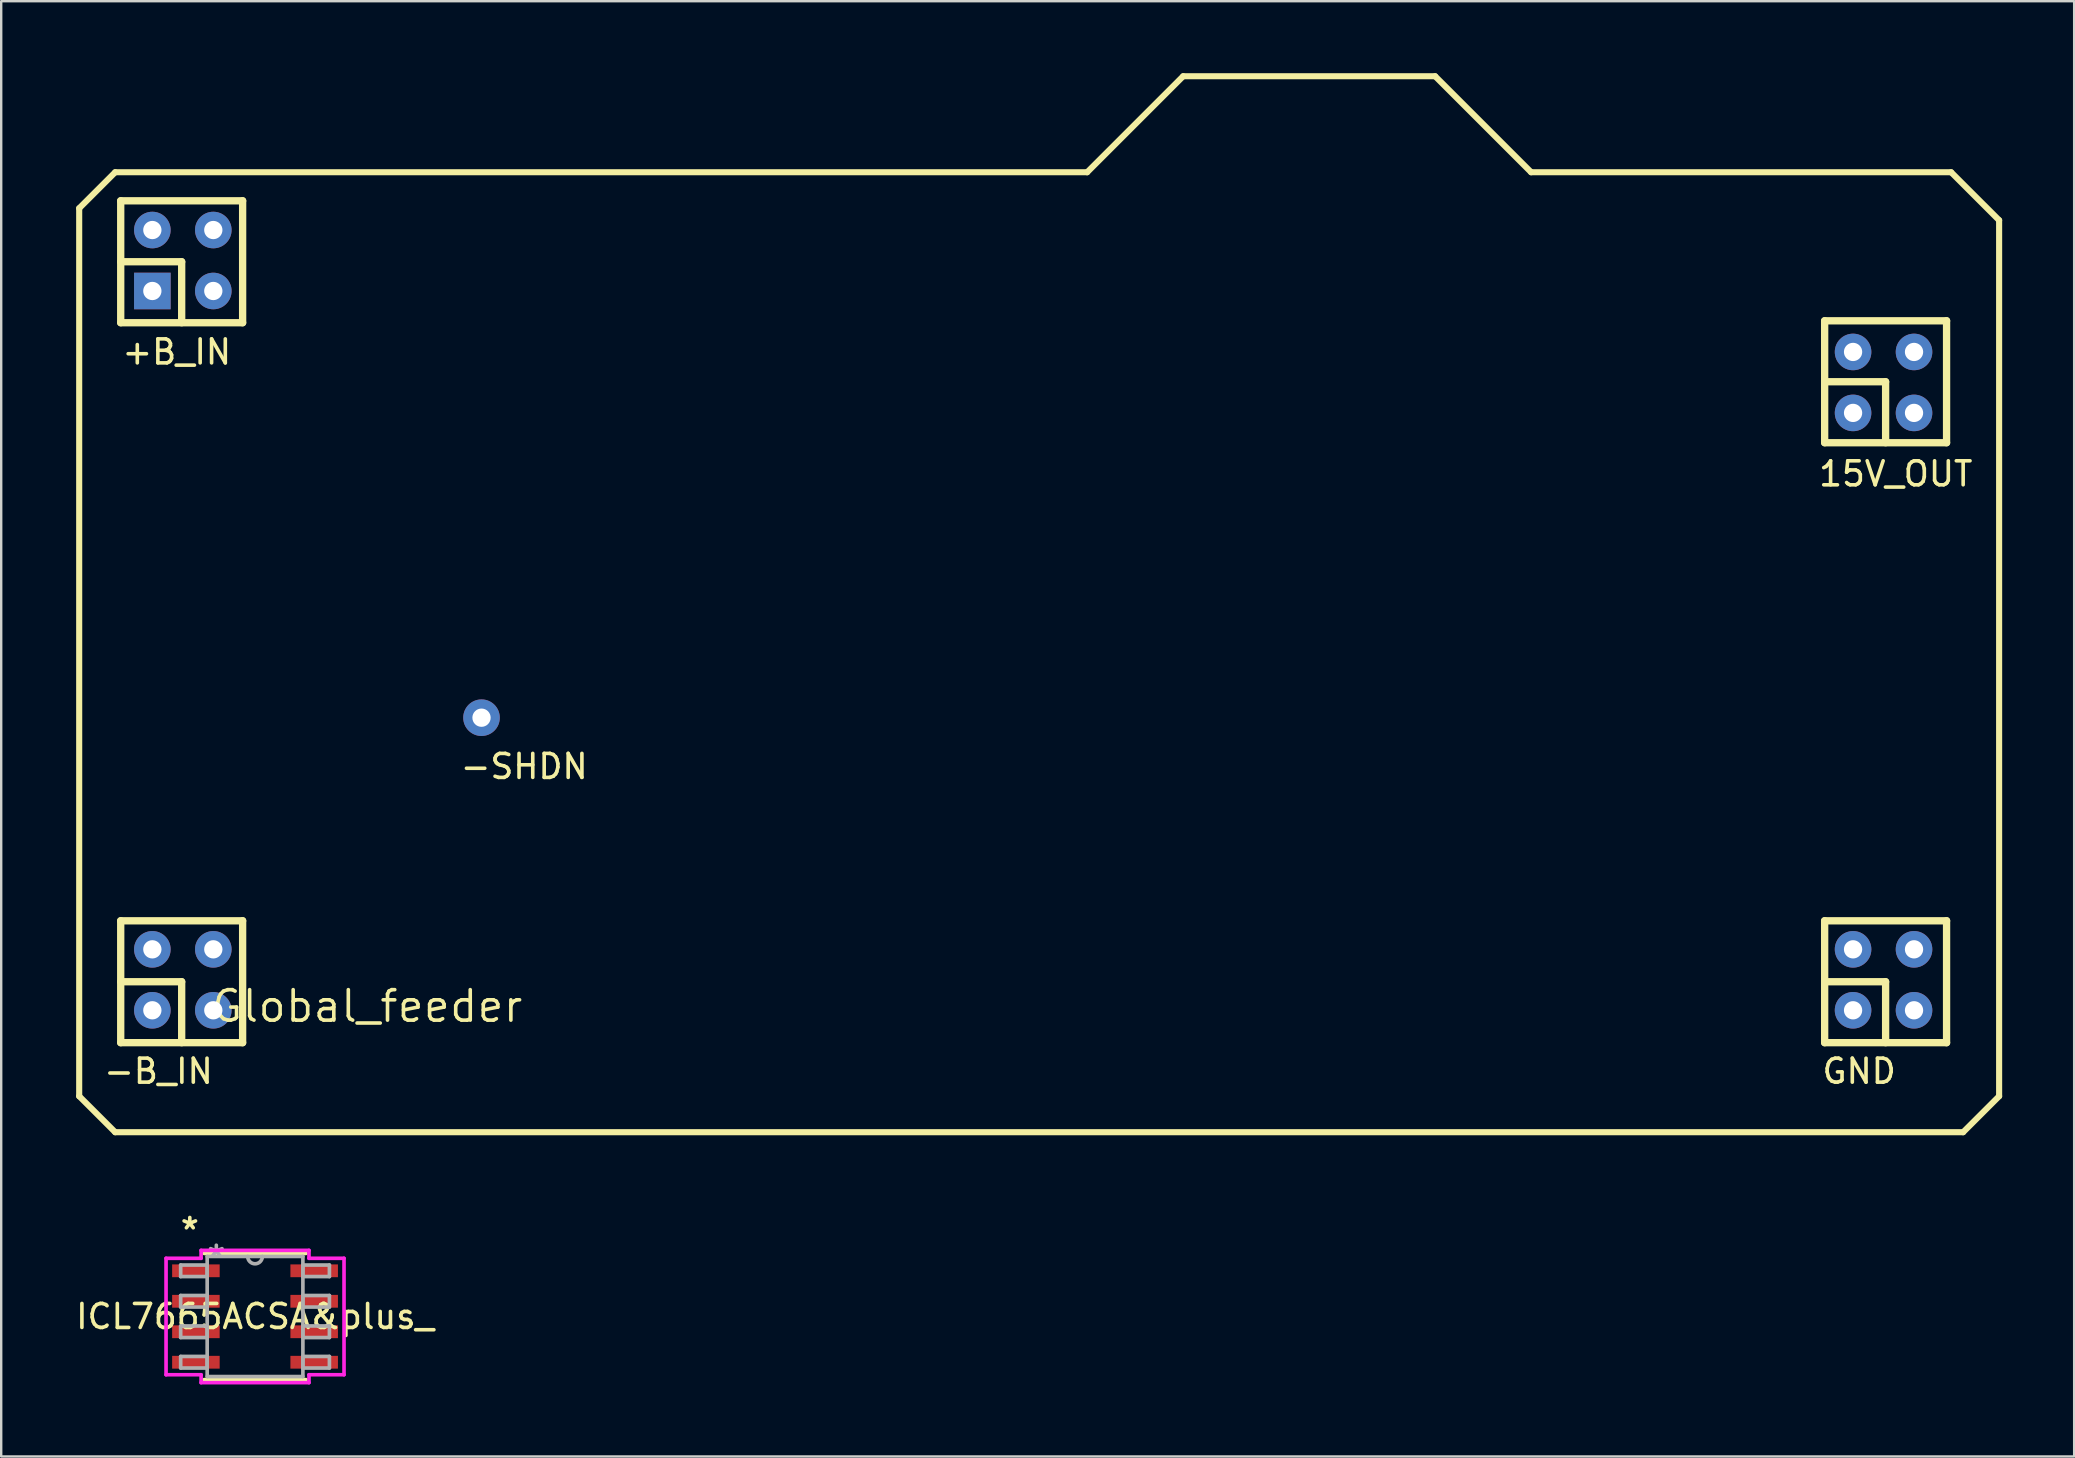
<source format=kicad_pcb>
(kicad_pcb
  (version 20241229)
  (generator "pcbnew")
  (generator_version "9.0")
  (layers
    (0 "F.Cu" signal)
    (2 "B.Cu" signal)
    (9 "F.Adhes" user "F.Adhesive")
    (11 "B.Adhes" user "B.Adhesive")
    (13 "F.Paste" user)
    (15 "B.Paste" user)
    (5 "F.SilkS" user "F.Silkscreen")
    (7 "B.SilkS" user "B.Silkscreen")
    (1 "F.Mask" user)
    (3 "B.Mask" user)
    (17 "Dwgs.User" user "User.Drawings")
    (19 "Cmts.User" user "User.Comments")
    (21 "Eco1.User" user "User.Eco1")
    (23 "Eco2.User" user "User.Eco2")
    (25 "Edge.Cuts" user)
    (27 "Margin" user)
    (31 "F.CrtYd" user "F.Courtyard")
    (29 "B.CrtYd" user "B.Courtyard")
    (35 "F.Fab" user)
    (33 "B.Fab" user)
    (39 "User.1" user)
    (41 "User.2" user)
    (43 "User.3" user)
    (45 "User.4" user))
  (footprint "ICL7665ACSA&plus_"
    (layer "F.Cu")
    (at 7.577 51.807)
    (property "Reference" "ICL7665ACSA&plus_" (at 0 0 0) (layer "F.SilkS") (effects (font (size 1 1) (thickness 0.15))))
    (attr through_hole)
    (fp_line (start -2.121 2.629) (end 2.121 2.629) (stroke (width 0.152) (type solid)) (layer "F.SilkS"))
    (fp_line (start 2.121 -2.629) (end -2.121 -2.629) (stroke (width 0.152) (type solid)) (layer "F.SilkS"))
    (fp_line (start -3.708 -2.426) (end -2.248 -2.426) (stroke (width 0.152) (type solid)) (layer "F.CrtYd"))
    (fp_line (start -3.708 2.426) (end -3.708 -2.426) (stroke (width 0.152) (type solid)) (layer "F.CrtYd"))
    (fp_line (start -2.248 -2.756) (end 2.248 -2.756) (stroke (width 0.152) (type solid)) (layer "F.CrtYd"))
    (fp_line (start -2.248 -2.426) (end -2.248 -2.756) (stroke (width 0.152) (type solid)) (layer "F.CrtYd"))
    (fp_line (start -2.248 2.426) (end -3.708 2.426) (stroke (width 0.152) (type solid)) (layer "F.CrtYd"))
    (fp_line (start -2.248 2.756) (end -2.248 2.426) (stroke (width 0.152) (type solid)) (layer "F.CrtYd"))
    (fp_line (start 2.248 -2.756) (end 2.248 -2.426) (stroke (width 0.152) (type solid)) (layer "F.CrtYd"))
    (fp_line (start 2.248 -2.426) (end 3.708 -2.426) (stroke (width 0.152) (type solid)) (layer "F.CrtYd"))
    (fp_line (start 2.248 2.426) (end 2.248 2.756) (stroke (width 0.152) (type solid)) (layer "F.CrtYd"))
    (fp_line (start 2.248 2.756) (end -2.248 2.756) (stroke (width 0.152) (type solid)) (layer "F.CrtYd"))
    (fp_line (start 3.708 -2.426) (end 3.708 2.426) (stroke (width 0.152) (type solid)) (layer "F.CrtYd"))
    (fp_line (start 3.708 2.426) (end 2.248 2.426) (stroke (width 0.152) (type solid)) (layer "F.CrtYd"))
    (fp_line (start -3.099 -2.146) (end -3.099 -1.664) (stroke (width 0.152) (type solid)) (layer "F.Fab"))
    (fp_line (start -3.099 -1.664) (end -1.994 -1.664) (stroke (width 0.152) (type solid)) (layer "F.Fab"))
    (fp_line (start -3.099 -0.876) (end -3.099 -0.394) (stroke (width 0.152) (type solid)) (layer "F.Fab"))
    (fp_line (start -3.099 -0.394) (end -1.994 -0.394) (stroke (width 0.152) (type solid)) (layer "F.Fab"))
    (fp_line (start -3.099 0.394) (end -3.099 0.876) (stroke (width 0.152) (type solid)) (layer "F.Fab"))
    (fp_line (start -3.099 0.876) (end -1.994 0.876) (stroke (width 0.152) (type solid)) (layer "F.Fab"))
    (fp_line (start -3.099 1.664) (end -3.099 2.146) (stroke (width 0.152) (type solid)) (layer "F.Fab"))
    (fp_line (start -3.099 2.146) (end -1.994 2.146) (stroke (width 0.152) (type solid)) (layer "F.Fab"))
    (fp_line (start -1.994 -2.502) (end -1.994 2.502) (stroke (width 0.152) (type solid)) (layer "F.Fab"))
    (fp_line (start -1.994 -2.146) (end -3.099 -2.146) (stroke (width 0.152) (type solid)) (layer "F.Fab"))
    (fp_line (start -1.994 -1.664) (end -1.994 -2.146) (stroke (width 0.152) (type solid)) (layer "F.Fab"))
    (fp_line (start -1.994 -0.876) (end -3.099 -0.876) (stroke (width 0.152) (type solid)) (layer "F.Fab"))
    (fp_line (start -1.994 -0.394) (end -1.994 -0.876) (stroke (width 0.152) (type solid)) (layer "F.Fab"))
    (fp_line (start -1.994 0.394) (end -3.099 0.394) (stroke (width 0.152) (type solid)) (layer "F.Fab"))
    (fp_line (start -1.994 0.876) (end -1.994 0.394) (stroke (width 0.152) (type solid)) (layer "F.Fab"))
    (fp_line (start -1.994 1.664) (end -3.099 1.664) (stroke (width 0.152) (type solid)) (layer "F.Fab"))
    (fp_line (start -1.994 2.146) (end -1.994 1.664) (stroke (width 0.152) (type solid)) (layer "F.Fab"))
    (fp_line (start -1.994 2.502) (end 1.994 2.502) (stroke (width 0.152) (type solid)) (layer "F.Fab"))
    (fp_line (start 1.994 -2.502) (end -1.994 -2.502) (stroke (width 0.152) (type solid)) (layer "F.Fab"))
    (fp_line (start 1.994 -2.146) (end 1.994 -1.664) (stroke (width 0.152) (type solid)) (layer "F.Fab"))
    (fp_line (start 1.994 -1.664) (end 3.099 -1.664) (stroke (width 0.152) (type solid)) (layer "F.Fab"))
    (fp_line (start 1.994 -0.876) (end 1.994 -0.394) (stroke (width 0.152) (type solid)) (layer "F.Fab"))
    (fp_line (start 1.994 -0.394) (end 3.099 -0.394) (stroke (width 0.152) (type solid)) (layer "F.Fab"))
    (fp_line (start 1.994 0.394) (end 1.994 0.876) (stroke (width 0.152) (type solid)) (layer "F.Fab"))
    (fp_line (start 1.994 0.876) (end 3.099 0.876) (stroke (width 0.152) (type solid)) (layer "F.Fab"))
    (fp_line (start 1.994 1.664) (end 1.994 2.146) (stroke (width 0.152) (type solid)) (layer "F.Fab"))
    (fp_line (start 1.994 2.146) (end 3.099 2.146) (stroke (width 0.152) (type solid)) (layer "F.Fab"))
    (fp_line (start 1.994 2.502) (end 1.994 -2.502) (stroke (width 0.152) (type solid)) (layer "F.Fab"))
    (fp_line (start 3.099 -2.146) (end 1.994 -2.146) (stroke (width 0.152) (type solid)) (layer "F.Fab"))
    (fp_line (start 3.099 -1.664) (end 3.099 -2.146) (stroke (width 0.152) (type solid)) (layer "F.Fab"))
    (fp_line (start 3.099 -0.876) (end 1.994 -0.876) (stroke (width 0.152) (type solid)) (layer "F.Fab"))
    (fp_line (start 3.099 -0.394) (end 3.099 -0.876) (stroke (width 0.152) (type solid)) (layer "F.Fab"))
    (fp_line (start 3.099 0.394) (end 1.994 0.394) (stroke (width 0.152) (type solid)) (layer "F.Fab"))
    (fp_line (start 3.099 0.876) (end 3.099 0.394) (stroke (width 0.152) (type solid)) (layer "F.Fab"))
    (fp_line (start 3.099 1.664) (end 1.994 1.664) (stroke (width 0.152) (type solid)) (layer "F.Fab"))
    (fp_line (start 3.099 2.146) (end 3.099 1.664) (stroke (width 0.152) (type solid)) (layer "F.Fab"))
    (fp_arc (start 0.3048 -2.5019) (mid 0 -2.1971) (end -0.3048 -2.5019) (stroke (width 0.1524) (type solid)) (layer "F.Fab"))
    (fp_text user "*" (at -2.718 -3.581 0) (layer "F.SilkS") (effects (font (size 1 1) (thickness 0.15))))
    (fp_text user "Copyright 2016 Accelerated Designs. All rights reserved." (at 0 0 0) (layer "Cmts.User") (effects (font (size 0.127 0.127) (thickness 0.002))))
    (fp_text user "*" (at -1.613 -2.426 0) (layer "F.Fab") (effects (font (size 1 1) (thickness 0.15))))
    (pad "1" smd rect (at -2.464 -1.905) (size 1.981 0.533) (layers "F.Cu" "F.Mask" "F.Paste"))
    (pad "2" smd rect (at -2.464 -0.635) (size 1.981 0.533) (layers "F.Cu" "F.Mask" "F.Paste"))
    (pad "3" smd rect (at -2.464 0.635) (size 1.981 0.533) (layers "F.Cu" "F.Mask" "F.Paste"))
    (pad "4" smd rect (at -2.464 1.905) (size 1.981 0.533) (layers "F.Cu" "F.Mask" "F.Paste"))
    (pad "5" smd rect (at 2.464 1.905) (size 1.981 0.533) (layers "F.Cu" "F.Mask" "F.Paste"))
    (pad "6" smd rect (at 2.464 0.635) (size 1.981 0.533) (layers "F.Cu" "F.Mask" "F.Paste"))
    (pad "7" smd rect (at 2.464 -0.635) (size 1.981 0.533) (layers "F.Cu" "F.Mask" "F.Paste"))
    (pad "8" smd rect (at 2.464 -1.905) (size 1.981 0.533) (layers "F.Cu" "F.Mask" "F.Paste")))
  (footprint "Global_feeder"
    (layer "F.Cu")
    (at 0.25 44.127)
    (property "Reference" "Global_feeder" (at 12 -5.25 0) (layer "F.SilkS") (effects (font (size 1.27 1.27) (thickness 0.15))))
    (attr through_hole)
    (fp_line (start 0 -38.5) (end 1.5 -40) (stroke (width 0.254) (type solid)) (layer "F.SilkS"))
    (fp_line (start 0 -1.5) (end 1.5 -0.00001) (stroke (width 0.254) (type solid)) (layer "F.SilkS"))
    (fp_line (start 0 -1.5) (end 0 -38.5) (stroke (width 0.254) (type solid)) (layer "F.SilkS"))
    (fp_line (start 1.5 -40) (end 42 -40) (stroke (width 0.254) (type solid)) (layer "F.SilkS"))
    (fp_line (start 1.5 -0.00001) (end 78.5 -0.00001) (stroke (width 0.254) (type solid)) (layer "F.SilkS"))
    (fp_line (start 1.73 -38.81) (end 6.81 -38.81) (stroke (width 0.305) (type solid)) (layer "F.SilkS"))
    (fp_line (start 1.73 -36.27) (end 4.27 -36.27) (stroke (width 0.305) (type solid)) (layer "F.SilkS"))
    (fp_line (start 1.73 -33.73) (end 1.73 -38.81) (stroke (width 0.305) (type solid)) (layer "F.SilkS"))
    (fp_line (start 1.73 -33.73) (end 6.81 -33.73) (stroke (width 0.305) (type solid)) (layer "F.SilkS"))
    (fp_line (start 1.73 -8.81) (end 6.81 -8.81) (stroke (width 0.305) (type solid)) (layer "F.SilkS"))
    (fp_line (start 1.73 -6.27) (end 4.27 -6.27) (stroke (width 0.305) (type solid)) (layer "F.SilkS"))
    (fp_line (start 1.73 -3.73) (end 1.73 -8.81) (stroke (width 0.305) (type solid)) (layer "F.SilkS"))
    (fp_line (start 1.73 -3.73) (end 6.81 -3.73) (stroke (width 0.305) (type solid)) (layer "F.SilkS"))
    (fp_line (start 4.27 -33.73) (end 4.27 -36.27) (stroke (width 0.305) (type solid)) (layer "F.SilkS"))
    (fp_line (start 4.27 -3.73) (end 4.27 -6.27) (stroke (width 0.305) (type solid)) (layer "F.SilkS"))
    (fp_line (start 6.81 -33.73) (end 6.81 -38.81) (stroke (width 0.305) (type solid)) (layer "F.SilkS"))
    (fp_line (start 6.81 -3.73) (end 6.81 -8.81) (stroke (width 0.305) (type solid)) (layer "F.SilkS"))
    (fp_line (start 42 -40) (end 46 -44) (stroke (width 0.254) (type solid)) (layer "F.SilkS"))
    (fp_line (start 46 -44) (end 56.5 -44) (stroke (width 0.254) (type solid)) (layer "F.SilkS"))
    (fp_line (start 56.5 -44) (end 60.5 -40) (stroke (width 0.254) (type solid)) (layer "F.SilkS"))
    (fp_line (start 60.5 -40) (end 78 -40) (stroke (width 0.254) (type solid)) (layer "F.SilkS"))
    (fp_line (start 72.73 -33.81) (end 77.81 -33.81) (stroke (width 0.305) (type solid)) (layer "F.SilkS"))
    (fp_line (start 72.73 -31.27) (end 75.27 -31.27) (stroke (width 0.305) (type solid)) (layer "F.SilkS"))
    (fp_line (start 72.73 -28.73) (end 72.73 -33.81) (stroke (width 0.305) (type solid)) (layer "F.SilkS"))
    (fp_line (start 72.73 -28.73) (end 77.81 -28.73) (stroke (width 0.305) (type solid)) (layer "F.SilkS"))
    (fp_line (start 72.73 -8.81) (end 77.81 -8.81) (stroke (width 0.305) (type solid)) (layer "F.SilkS"))
    (fp_line (start 72.73 -6.27) (end 75.27 -6.27) (stroke (width 0.305) (type solid)) (layer "F.SilkS"))
    (fp_line (start 72.73 -3.73) (end 72.73 -8.81) (stroke (width 0.305) (type solid)) (layer "F.SilkS"))
    (fp_line (start 72.73 -3.73) (end 77.81 -3.73) (stroke (width 0.305) (type solid)) (layer "F.SilkS"))
    (fp_line (start 75.27 -28.73) (end 75.27 -31.27) (stroke (width 0.305) (type solid)) (layer "F.SilkS"))
    (fp_line (start 75.27 -3.73) (end 75.27 -6.27) (stroke (width 0.305) (type solid)) (layer "F.SilkS"))
    (fp_line (start 77.81 -28.73) (end 77.81 -33.81) (stroke (width 0.305) (type solid)) (layer "F.SilkS"))
    (fp_line (start 77.81 -3.73) (end 77.81 -8.81) (stroke (width 0.305) (type solid)) (layer "F.SilkS"))
    (fp_line (start 78 -40) (end 80 -38) (stroke (width 0.254) (type solid)) (layer "F.SilkS"))
    (fp_line (start 78.5 -0.00001) (end 80 -1.5) (stroke (width 0.254) (type solid)) (layer "F.SilkS"))
    (fp_line (start 80 -1.5) (end 80 -38) (stroke (width 0.254) (type solid)) (layer "F.SilkS"))
    (fp_text user "-B_IN" (at 3.302 -2.54 0) (layer "F.SilkS") (effects (font (size 1 1) (thickness 0.15))))
    (fp_text user "15V_OUT" (at 75.692 -27.432 0) (layer "F.SilkS") (effects (font (size 1 1) (thickness 0.15))))
    (fp_text user "+B_IN" (at 4.064 -32.512 0) (layer "F.SilkS") (effects (font (size 1 1) (thickness 0.15))))
    (fp_text user "GND" (at 74.168 -2.54 0) (layer "F.SilkS") (effects (font (size 1 1) (thickness 0.15))))
    (fp_text user "-SHDN" (at 18.542 -15.24 0) (layer "F.SilkS") (effects (font (size 1 1) (thickness 0.15))))
    (pad "1" thru_hole trapezoid (at 3.048 -35.052) (size 1.524 1.524) (drill 0.762) (layers "*.Cu" "*.Mask"))
    (pad "2" thru_hole circle (at 3.048 -5.08) (size 1.524 1.524) (drill 0.762) (layers "*.Cu" "*.Mask"))
    (pad "3" thru_hole circle (at 16.764 -17.272) (size 1.524 1.524) (drill 0.762) (layers "*.Cu" "*.Mask"))
    (pad "4" thru_hole circle (at 73.914 -29.972) (size 1.524 1.524) (drill 0.762) (layers "*.Cu" "*.Mask"))
    (pad "5" thru_hole circle (at 73.914 -5.08) (size 1.524 1.524) (drill 0.762) (layers "*.Cu" "*.Mask"))
    (pad "6" thru_hole circle (at 3.048 -37.592) (size 1.524 1.524) (drill 0.762) (layers "*.Cu" "*.Mask"))
    (pad "7" thru_hole circle (at 5.588 -37.592) (size 1.524 1.524) (drill 0.762) (layers "*.Cu" "*.Mask"))
    (pad "8" thru_hole circle (at 5.588 -35.052) (size 1.524 1.524) (drill 0.762) (layers "*.Cu" "*.Mask"))
    (pad "9" thru_hole circle (at 3.048 -7.62) (size 1.524 1.524) (drill 0.762) (layers "*.Cu" "*.Mask"))
    (pad "10" thru_hole circle (at 5.588 -7.62) (size 1.524 1.524) (drill 0.762) (layers "*.Cu" "*.Mask"))
    (pad "11" thru_hole circle (at 5.588 -5.08) (size 1.524 1.524) (drill 0.762) (layers "*.Cu" "*.Mask"))
    (pad "12" thru_hole circle (at 73.914 -7.62) (size 1.524 1.524) (drill 0.762) (layers "*.Cu" "*.Mask"))
    (pad "13" thru_hole circle (at 76.454 -7.62) (size 1.524 1.524) (drill 0.762) (layers "*.Cu" "*.Mask"))
    (pad "14" thru_hole circle (at 76.454 -5.08) (size 1.524 1.524) (drill 0.762) (layers "*.Cu" "*.Mask"))
    (pad "15" thru_hole circle (at 73.914 -32.512) (size 1.524 1.524) (drill 0.762) (layers "*.Cu" "*.Mask"))
    (pad "16" thru_hole circle (at 76.454 -32.512) (size 1.524 1.524) (drill 0.762) (layers "*.Cu" "*.Mask"))
    (pad "17" thru_hole circle (at 76.454 -29.972) (size 1.524 1.524) (drill 0.762) (layers "*.Cu" "*.Mask")))
  (gr_rect
    (start -3 -3)
    (end 83.377 57.639)
    (stroke (width 0.1) (type default))
    (fill no)
    (layer "Edge.Cuts")))
</source>
